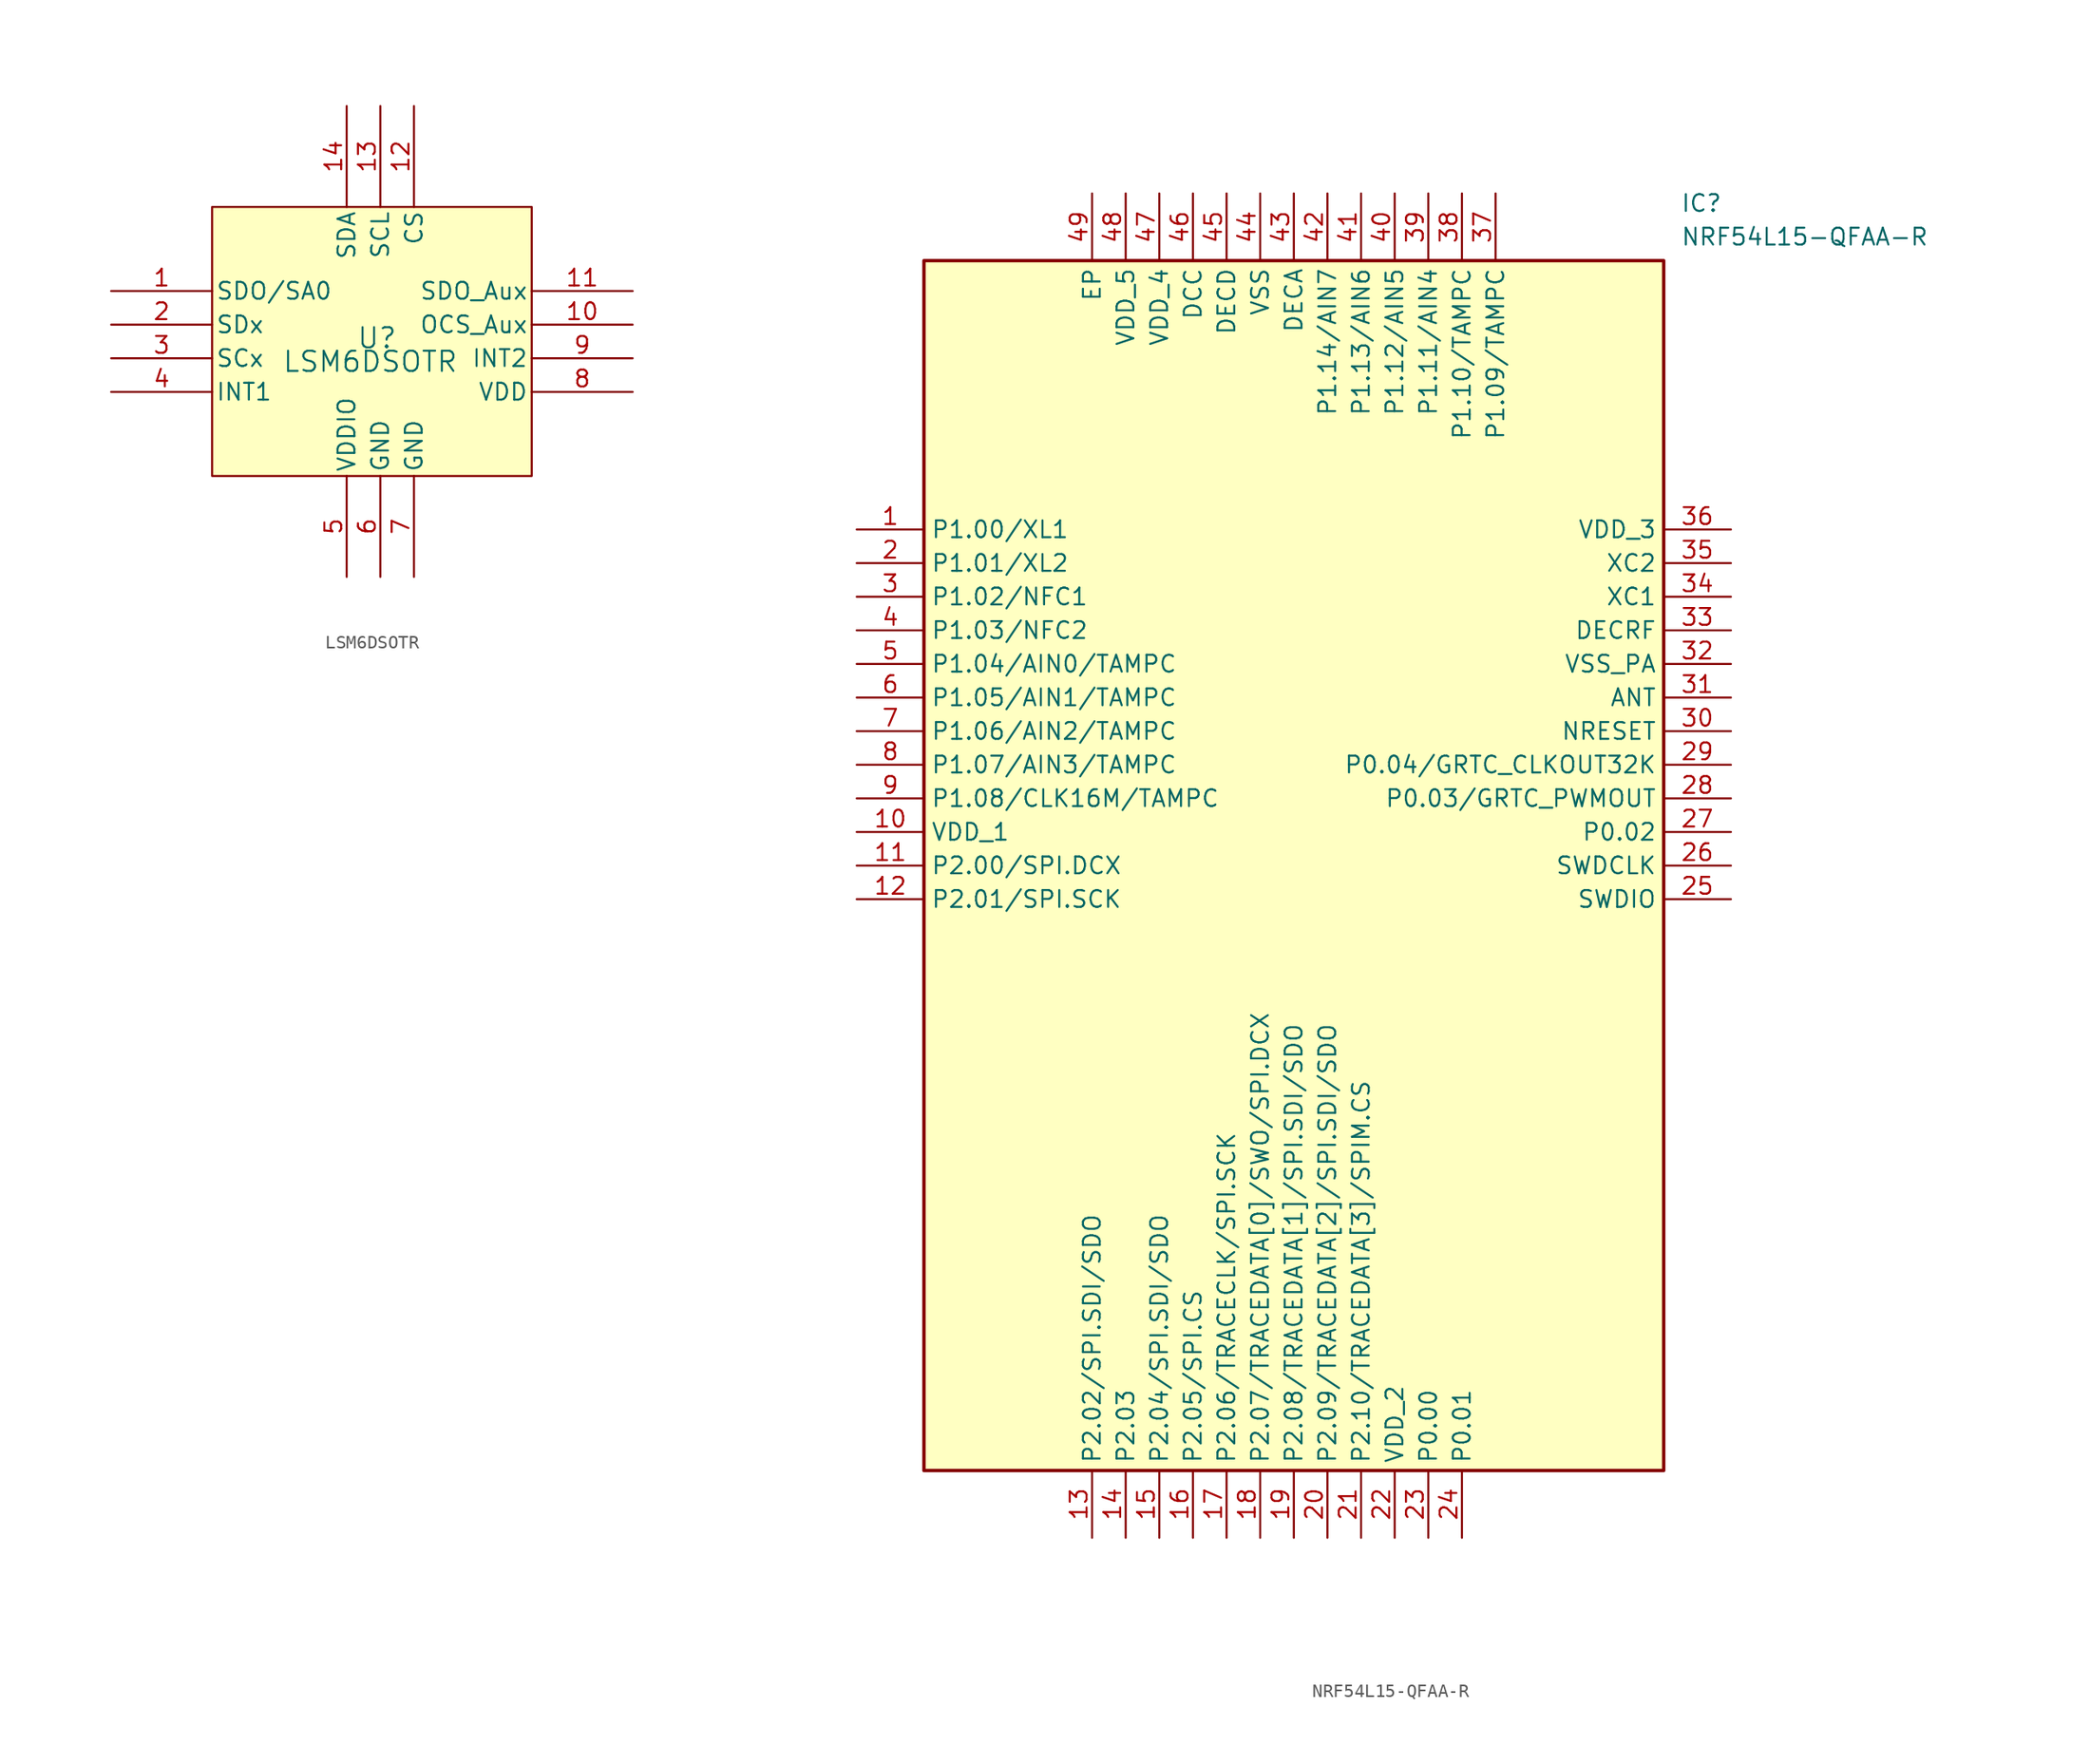
<source format=kicad_sym>
(kicad_symbol_lib
  (version 20241209)
  (generator "kicad_symbol_editor")
  (generator_version "9.0")
  (symbol "LSM6DSOTR"
    (pin_names
      (offset 0.254))
    (property "Reference" "U"
      (at 25.146 -6.096 0)
      (effects (font (size 1.524 1.524))))
    (property "Value" "LSM6DSOTR"
      (at 24.638 -7.874 0)
      (effects (font (size 1.524 1.524))))
    (property "ki_locked" ""
      (at 0 0 0)
      (effects (font (size 1.27 1.27))))
    (symbol "LSM6DSOTR_0_1"
      (pin bidirectional line (at 5.08 -2.54 0) (length 7.62) (name "SDO/SA0" (effects (font (size 1.27 1.27)))) (number "1" (effects (font (size 1.27 1.27)))))
      (pin bidirectional line (at 5.08 -5.08 0) (length 7.62) (name "SDx" (effects (font (size 1.27 1.27)))) (number "2" (effects (font (size 1.27 1.27)))))
      (pin bidirectional line (at 5.08 -7.62 0) (length 7.62) (name "SCx" (effects (font (size 1.27 1.27)))) (number "3" (effects (font (size 1.27 1.27)))))
      (pin output line (at 5.08 -10.16 0) (length 7.62) (name "INT1" (effects (font (size 1.27 1.27)))) (number "4" (effects (font (size 1.27 1.27)))))
      (pin bidirectional line (at 22.86 11.43 270) (length 7.62) (name "SDA" (effects (font (size 1.27 1.27)))) (number "14" (effects (font (size 1.27 1.27)))))
      (pin power_in line (at 22.86 -24.13 90) (length 7.62) (name "VDDIO" (effects (font (size 1.27 1.27)))) (number "5" (effects (font (size 1.27 1.27)))))
      (pin input line (at 25.4 11.43 270) (length 7.62) (name "SCL" (effects (font (size 1.27 1.27)))) (number "13" (effects (font (size 1.27 1.27)))))
      (pin power_out line (at 25.4 -24.13 90) (length 7.62) (name "GND" (effects (font (size 1.27 1.27)))) (number "6" (effects (font (size 1.27 1.27)))))
      (pin input line (at 27.94 11.43 270) (length 7.62) (name "CS" (effects (font (size 1.27 1.27)))) (number "12" (effects (font (size 1.27 1.27)))))
      (pin power_out line (at 27.94 -24.13 90) (length 7.62) (name "GND" (effects (font (size 1.27 1.27)))) (number "7" (effects (font (size 1.27 1.27)))))
      (pin bidirectional line (at 44.45 -2.54 180) (length 7.62) (name "SDO_Aux" (effects (font (size 1.27 1.27)))) (number "11" (effects (font (size 1.27 1.27)))))
      (pin bidirectional line (at 44.45 -5.08 180) (length 7.62) (name "OCS_Aux" (effects (font (size 1.27 1.27)))) (number "10" (effects (font (size 1.27 1.27)))))
      (pin output line (at 44.45 -7.62 180) (length 7.62) (name "INT2" (effects (font (size 1.27 1.27)))) (number "9" (effects (font (size 1.27 1.27)))))
      (pin power_in line (at 44.45 -10.16 180) (length 7.62) (name "VDD" (effects (font (size 1.27 1.27)))) (number "8" (effects (font (size 1.27 1.27))))))
    (symbol "LSM6DSOTR_1_1"
      (rectangle (start 12.7 3.81) (end 36.83 -16.51) (stroke (width 0) (type solid)) (fill (type background)))))
  (symbol "NRF54L15-QFAA-R"
    (property "Reference" "IC"
      (at 62.23 25.4 0)
      (effects (font (size 1.27 1.27)) (justify left top)))
    (property "Value" "NRF54L15-QFAA-R"
      (at 62.23 22.86 0)
      (effects (font (size 1.27 1.27)) (justify left top)))
    (symbol "NRF54L15-QFAA-R_1_1"
      (rectangle (start 5.08 20.32) (end 60.96 -71.12) (stroke (width 0.254) (type default)) (fill (type background)))
      (pin passive line (at 0 0 0) (length 5.08) (name "P1.00/XL1" (effects (font (size 1.27 1.27)))) (number "1" (effects (font (size 1.27 1.27)))))
      (pin passive line (at 0 -2.54 0) (length 5.08) (name "P1.01/XL2" (effects (font (size 1.27 1.27)))) (number "2" (effects (font (size 1.27 1.27)))))
      (pin passive line (at 0 -5.08 0) (length 5.08) (name "P1.02/NFC1" (effects (font (size 1.27 1.27)))) (number "3" (effects (font (size 1.27 1.27)))))
      (pin passive line (at 0 -7.62 0) (length 5.08) (name "P1.03/NFC2" (effects (font (size 1.27 1.27)))) (number "4" (effects (font (size 1.27 1.27)))))
      (pin passive line (at 0 -10.16 0) (length 5.08) (name "P1.04/AIN0/TAMPC" (effects (font (size 1.27 1.27)))) (number "5" (effects (font (size 1.27 1.27)))))
      (pin passive line (at 0 -12.7 0) (length 5.08) (name "P1.05/AIN1/TAMPC" (effects (font (size 1.27 1.27)))) (number "6" (effects (font (size 1.27 1.27)))))
      (pin passive line (at 0 -15.24 0) (length 5.08) (name "P1.06/AIN2/TAMPC" (effects (font (size 1.27 1.27)))) (number "7" (effects (font (size 1.27 1.27)))))
      (pin passive line (at 0 -17.78 0) (length 5.08) (name "P1.07/AIN3/TAMPC" (effects (font (size 1.27 1.27)))) (number "8" (effects (font (size 1.27 1.27)))))
      (pin passive line (at 0 -20.32 0) (length 5.08) (name "P1.08/CLK16M/TAMPC" (effects (font (size 1.27 1.27)))) (number "9" (effects (font (size 1.27 1.27)))))
      (pin passive line (at 0 -22.86 0) (length 5.08) (name "VDD_1" (effects (font (size 1.27 1.27)))) (number "10" (effects (font (size 1.27 1.27)))))
      (pin passive line (at 0 -25.4 0) (length 5.08) (name "P2.00/SPI.DCX" (effects (font (size 1.27 1.27)))) (number "11" (effects (font (size 1.27 1.27)))))
      (pin passive line (at 0 -27.94 0) (length 5.08) (name "P2.01/SPI.SCK" (effects (font (size 1.27 1.27)))) (number "12" (effects (font (size 1.27 1.27)))))
      (pin passive line (at 17.78 25.4 270) (length 5.08) (name "EP" (effects (font (size 1.27 1.27)))) (number "49" (effects (font (size 1.27 1.27)))))
      (pin passive line (at 17.78 -76.2 90) (length 5.08) (name "P2.02/SPI.SDI/SDO" (effects (font (size 1.27 1.27)))) (number "13" (effects (font (size 1.27 1.27)))))
      (pin passive line (at 20.32 25.4 270) (length 5.08) (name "VDD_5" (effects (font (size 1.27 1.27)))) (number "48" (effects (font (size 1.27 1.27)))))
      (pin passive line (at 20.32 -76.2 90) (length 5.08) (name "P2.03" (effects (font (size 1.27 1.27)))) (number "14" (effects (font (size 1.27 1.27)))))
      (pin passive line (at 22.86 25.4 270) (length 5.08) (name "VDD_4" (effects (font (size 1.27 1.27)))) (number "47" (effects (font (size 1.27 1.27)))))
      (pin passive line (at 22.86 -76.2 90) (length 5.08) (name "P2.04/SPI.SDI/SDO" (effects (font (size 1.27 1.27)))) (number "15" (effects (font (size 1.27 1.27)))))
      (pin passive line (at 25.4 25.4 270) (length 5.08) (name "DCC" (effects (font (size 1.27 1.27)))) (number "46" (effects (font (size 1.27 1.27)))))
      (pin passive line (at 25.4 -76.2 90) (length 5.08) (name "P2.05/SPI.CS" (effects (font (size 1.27 1.27)))) (number "16" (effects (font (size 1.27 1.27)))))
      (pin passive line (at 27.94 25.4 270) (length 5.08) (name "DECD" (effects (font (size 1.27 1.27)))) (number "45" (effects (font (size 1.27 1.27)))))
      (pin passive line (at 27.94 -76.2 90) (length 5.08) (name "P2.06/TRACECLK/SPI.SCK" (effects (font (size 1.27 1.27)))) (number "17" (effects (font (size 1.27 1.27)))))
      (pin passive line (at 30.48 25.4 270) (length 5.08) (name "VSS" (effects (font (size 1.27 1.27)))) (number "44" (effects (font (size 1.27 1.27)))))
      (pin passive line (at 30.48 -76.2 90) (length 5.08) (name "P2.07/TRACEDATA[0]/SWO/SPI.DCX" (effects (font (size 1.27 1.27)))) (number "18" (effects (font (size 1.27 1.27)))))
      (pin passive line (at 33.02 25.4 270) (length 5.08) (name "DECA" (effects (font (size 1.27 1.27)))) (number "43" (effects (font (size 1.27 1.27)))))
      (pin passive line (at 33.02 -76.2 90) (length 5.08) (name "P2.08/TRACEDATA[1]/SPI.SDI/SDO" (effects (font (size 1.27 1.27)))) (number "19" (effects (font (size 1.27 1.27)))))
      (pin passive line (at 35.56 25.4 270) (length 5.08) (name "P1.14/AIN7" (effects (font (size 1.27 1.27)))) (number "42" (effects (font (size 1.27 1.27)))))
      (pin passive line (at 35.56 -76.2 90) (length 5.08) (name "P2.09/TRACEDATA[2]/SPI.SDI/SDO" (effects (font (size 1.27 1.27)))) (number "20" (effects (font (size 1.27 1.27)))))
      (pin passive line (at 38.1 25.4 270) (length 5.08) (name "P1.13/AIN6" (effects (font (size 1.27 1.27)))) (number "41" (effects (font (size 1.27 1.27)))))
      (pin passive line (at 38.1 -76.2 90) (length 5.08) (name "P2.10/TRACEDATA[3]/SPIM.CS" (effects (font (size 1.27 1.27)))) (number "21" (effects (font (size 1.27 1.27)))))
      (pin passive line (at 40.64 25.4 270) (length 5.08) (name "P1.12/AIN5" (effects (font (size 1.27 1.27)))) (number "40" (effects (font (size 1.27 1.27)))))
      (pin passive line (at 40.64 -76.2 90) (length 5.08) (name "VDD_2" (effects (font (size 1.27 1.27)))) (number "22" (effects (font (size 1.27 1.27)))))
      (pin passive line (at 43.18 25.4 270) (length 5.08) (name "P1.11/AIN4" (effects (font (size 1.27 1.27)))) (number "39" (effects (font (size 1.27 1.27)))))
      (pin passive line (at 43.18 -76.2 90) (length 5.08) (name "P0.00" (effects (font (size 1.27 1.27)))) (number "23" (effects (font (size 1.27 1.27)))))
      (pin passive line (at 45.72 25.4 270) (length 5.08) (name "P1.10/TAMPC" (effects (font (size 1.27 1.27)))) (number "38" (effects (font (size 1.27 1.27)))))
      (pin passive line (at 45.72 -76.2 90) (length 5.08) (name "P0.01" (effects (font (size 1.27 1.27)))) (number "24" (effects (font (size 1.27 1.27)))))
      (pin passive line (at 48.26 25.4 270) (length 5.08) (name "P1.09/TAMPC" (effects (font (size 1.27 1.27)))) (number "37" (effects (font (size 1.27 1.27)))))
      (pin passive line (at 66.04 0 180) (length 5.08) (name "VDD_3" (effects (font (size 1.27 1.27)))) (number "36" (effects (font (size 1.27 1.27)))))
      (pin passive line (at 66.04 -2.54 180) (length 5.08) (name "XC2" (effects (font (size 1.27 1.27)))) (number "35" (effects (font (size 1.27 1.27)))))
      (pin passive line (at 66.04 -5.08 180) (length 5.08) (name "XC1" (effects (font (size 1.27 1.27)))) (number "34" (effects (font (size 1.27 1.27)))))
      (pin passive line (at 66.04 -7.62 180) (length 5.08) (name "DECRF" (effects (font (size 1.27 1.27)))) (number "33" (effects (font (size 1.27 1.27)))))
      (pin passive line (at 66.04 -10.16 180) (length 5.08) (name "VSS_PA" (effects (font (size 1.27 1.27)))) (number "32" (effects (font (size 1.27 1.27)))))
      (pin passive line (at 66.04 -12.7 180) (length 5.08) (name "ANT" (effects (font (size 1.27 1.27)))) (number "31" (effects (font (size 1.27 1.27)))))
      (pin passive line (at 66.04 -15.24 180) (length 5.08) (name "NRESET" (effects (font (size 1.27 1.27)))) (number "30" (effects (font (size 1.27 1.27)))))
      (pin passive line (at 66.04 -17.78 180) (length 5.08) (name "P0.04/GRTC_CLKOUT32K" (effects (font (size 1.27 1.27)))) (number "29" (effects (font (size 1.27 1.27)))))
      (pin passive line (at 66.04 -20.32 180) (length 5.08) (name "P0.03/GRTC_PWMOUT" (effects (font (size 1.27 1.27)))) (number "28" (effects (font (size 1.27 1.27)))))
      (pin passive line (at 66.04 -22.86 180) (length 5.08) (name "P0.02" (effects (font (size 1.27 1.27)))) (number "27" (effects (font (size 1.27 1.27)))))
      (pin passive line (at 66.04 -25.4 180) (length 5.08) (name "SWDCLK" (effects (font (size 1.27 1.27)))) (number "26" (effects (font (size 1.27 1.27)))))
      (pin passive line (at 66.04 -27.94 180) (length 5.08) (name "SWDIO" (effects (font (size 1.27 1.27)))) (number "25" (effects (font (size 1.27 1.27))))))))
</source>
